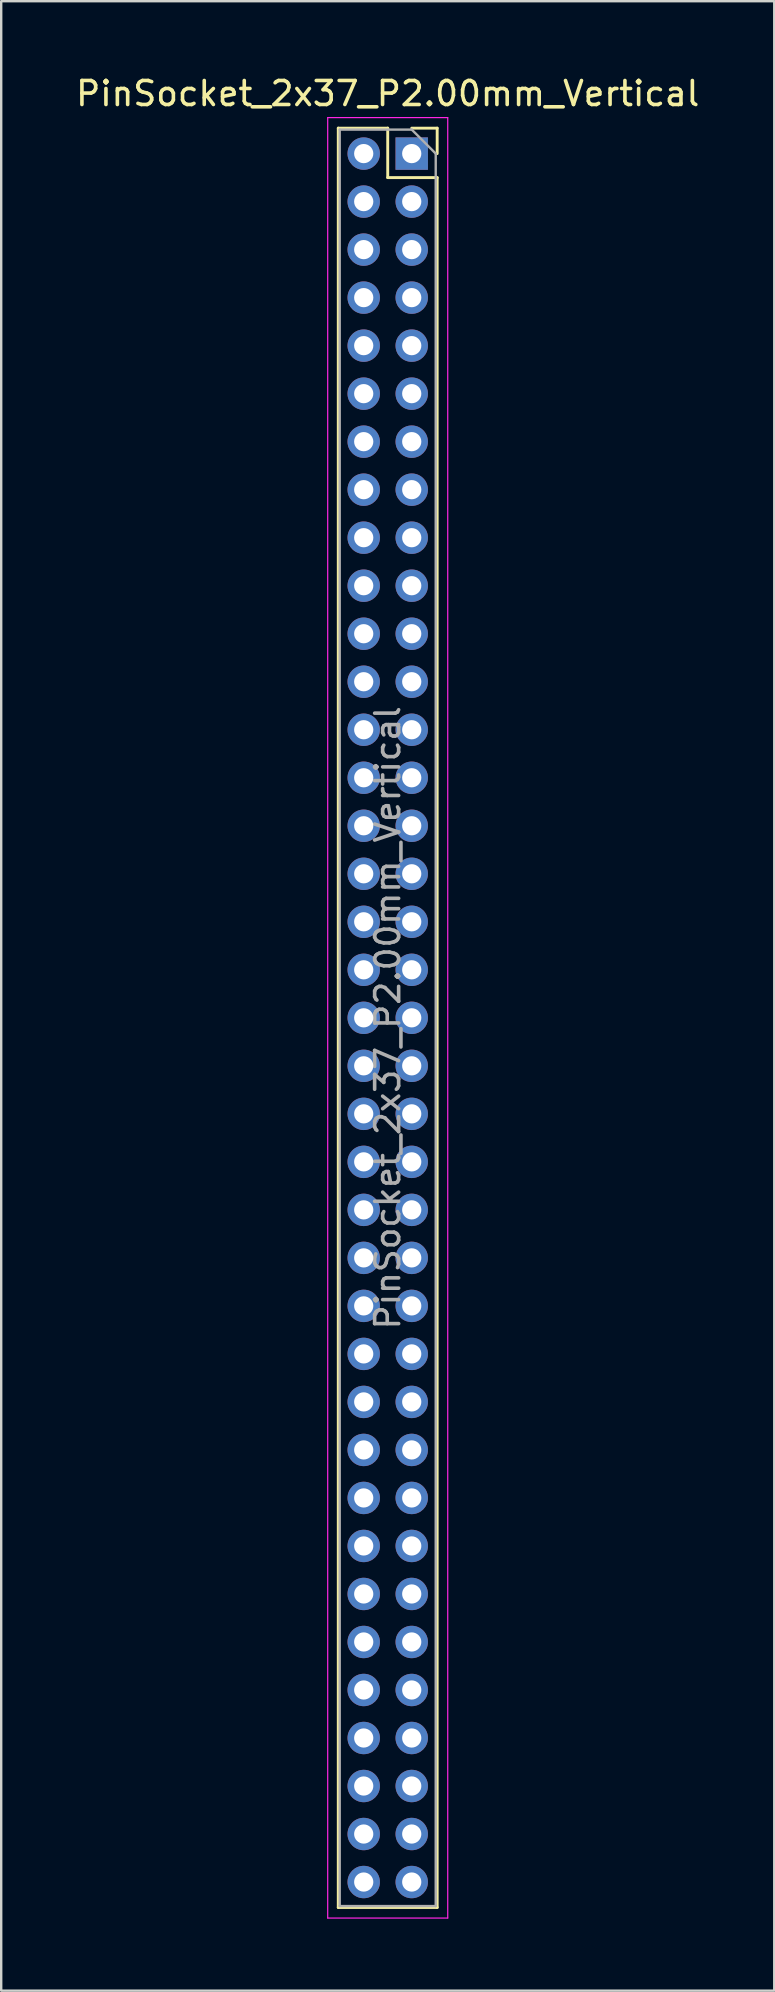
<source format=kicad_pcb>
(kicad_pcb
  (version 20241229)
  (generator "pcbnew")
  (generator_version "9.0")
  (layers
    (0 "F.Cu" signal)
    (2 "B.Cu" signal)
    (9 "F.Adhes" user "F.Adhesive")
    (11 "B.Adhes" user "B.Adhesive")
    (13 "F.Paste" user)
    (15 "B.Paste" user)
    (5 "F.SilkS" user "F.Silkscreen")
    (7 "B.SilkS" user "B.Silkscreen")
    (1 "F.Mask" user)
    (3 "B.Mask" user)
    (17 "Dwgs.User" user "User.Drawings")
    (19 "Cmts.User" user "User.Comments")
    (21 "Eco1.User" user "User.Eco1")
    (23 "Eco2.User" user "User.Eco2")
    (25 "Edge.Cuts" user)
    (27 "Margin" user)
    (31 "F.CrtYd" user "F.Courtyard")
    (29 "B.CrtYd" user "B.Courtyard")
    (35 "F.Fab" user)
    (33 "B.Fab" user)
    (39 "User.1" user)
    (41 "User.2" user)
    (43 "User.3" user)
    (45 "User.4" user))
  (footprint "PinSocket_2x37_P2.00mm_Vertical"
    (layer "F.Cu")
    (at 14.101 3.348)
    (property "Reference" "PinSocket_2x37_P2.00mm_Vertical" (at -1 -2.5 0) (layer "F.SilkS") (effects (font (size 1 1) (thickness 0.15))))
    (attr through_hole)
    (fp_line (start -3.06 -1.06) (end -3.06 73.06) (stroke (width 0.12) (type solid)) (layer "F.SilkS"))
    (fp_line (start -3.06 -1.06) (end -1 -1.06) (stroke (width 0.12) (type solid)) (layer "F.SilkS"))
    (fp_line (start -3.06 73.06) (end 1.06 73.06) (stroke (width 0.12) (type solid)) (layer "F.SilkS"))
    (fp_line (start -1 -1.06) (end -1 1) (stroke (width 0.12) (type solid)) (layer "F.SilkS"))
    (fp_line (start -1 1) (end 1.06 1) (stroke (width 0.12) (type solid)) (layer "F.SilkS"))
    (fp_line (start 0 -1.06) (end 1.06 -1.06) (stroke (width 0.12) (type solid)) (layer "F.SilkS"))
    (fp_line (start 1.06 -1.06) (end 1.06 0) (stroke (width 0.12) (type solid)) (layer "F.SilkS"))
    (fp_line (start 1.06 1) (end 1.06 73.06) (stroke (width 0.12) (type solid)) (layer "F.SilkS"))
    (fp_line (start -3.5 -1.5) (end 1.5 -1.5) (stroke (width 0.05) (type solid)) (layer "F.CrtYd"))
    (fp_line (start -3.5 73.5) (end -3.5 -1.5) (stroke (width 0.05) (type solid)) (layer "F.CrtYd"))
    (fp_line (start 1.5 -1.5) (end 1.5 73.5) (stroke (width 0.05) (type solid)) (layer "F.CrtYd"))
    (fp_line (start 1.5 73.5) (end -3.5 73.5) (stroke (width 0.05) (type solid)) (layer "F.CrtYd"))
    (fp_line (start -3 -1) (end 0 -1) (stroke (width 0.1) (type solid)) (layer "F.Fab"))
    (fp_line (start -3 73) (end -3 -1) (stroke (width 0.1) (type solid)) (layer "F.Fab"))
    (fp_line (start 0 -1) (end 1 0) (stroke (width 0.1) (type solid)) (layer "F.Fab"))
    (fp_line (start 1 0) (end 1 73) (stroke (width 0.1) (type solid)) (layer "F.Fab"))
    (fp_line (start 1 73) (end -3 73) (stroke (width 0.1) (type solid)) (layer "F.Fab"))
    (fp_text user "${REFERENCE}" (at -1 36 90) (layer "F.Fab") (effects (font (size 1 1) (thickness 0.15))))
    (pad "1" thru_hole rect (at 0 0) (size 1.35 1.35) (drill 0.8) (layers "*.Cu" "*.Mask"))
    (pad "2" thru_hole oval (at -2 0) (size 1.35 1.35) (drill 0.8) (layers "*.Cu" "*.Mask"))
    (pad "3" thru_hole oval (at 0 2) (size 1.35 1.35) (drill 0.8) (layers "*.Cu" "*.Mask"))
    (pad "4" thru_hole oval (at -2 2) (size 1.35 1.35) (drill 0.8) (layers "*.Cu" "*.Mask"))
    (pad "5" thru_hole oval (at 0 4) (size 1.35 1.35) (drill 0.8) (layers "*.Cu" "*.Mask"))
    (pad "6" thru_hole oval (at -2 4) (size 1.35 1.35) (drill 0.8) (layers "*.Cu" "*.Mask"))
    (pad "7" thru_hole oval (at 0 6) (size 1.35 1.35) (drill 0.8) (layers "*.Cu" "*.Mask"))
    (pad "8" thru_hole oval (at -2 6) (size 1.35 1.35) (drill 0.8) (layers "*.Cu" "*.Mask"))
    (pad "9" thru_hole oval (at 0 8) (size 1.35 1.35) (drill 0.8) (layers "*.Cu" "*.Mask"))
    (pad "10" thru_hole oval (at -2 8) (size 1.35 1.35) (drill 0.8) (layers "*.Cu" "*.Mask"))
    (pad "11" thru_hole oval (at 0 10) (size 1.35 1.35) (drill 0.8) (layers "*.Cu" "*.Mask"))
    (pad "12" thru_hole oval (at -2 10) (size 1.35 1.35) (drill 0.8) (layers "*.Cu" "*.Mask"))
    (pad "13" thru_hole oval (at 0 12) (size 1.35 1.35) (drill 0.8) (layers "*.Cu" "*.Mask"))
    (pad "14" thru_hole oval (at -2 12) (size 1.35 1.35) (drill 0.8) (layers "*.Cu" "*.Mask"))
    (pad "15" thru_hole oval (at 0 14) (size 1.35 1.35) (drill 0.8) (layers "*.Cu" "*.Mask"))
    (pad "16" thru_hole oval (at -2 14) (size 1.35 1.35) (drill 0.8) (layers "*.Cu" "*.Mask"))
    (pad "17" thru_hole oval (at 0 16) (size 1.35 1.35) (drill 0.8) (layers "*.Cu" "*.Mask"))
    (pad "18" thru_hole oval (at -2 16) (size 1.35 1.35) (drill 0.8) (layers "*.Cu" "*.Mask"))
    (pad "19" thru_hole oval (at 0 18) (size 1.35 1.35) (drill 0.8) (layers "*.Cu" "*.Mask"))
    (pad "20" thru_hole oval (at -2 18) (size 1.35 1.35) (drill 0.8) (layers "*.Cu" "*.Mask"))
    (pad "21" thru_hole oval (at 0 20) (size 1.35 1.35) (drill 0.8) (layers "*.Cu" "*.Mask"))
    (pad "22" thru_hole oval (at -2 20) (size 1.35 1.35) (drill 0.8) (layers "*.Cu" "*.Mask"))
    (pad "23" thru_hole oval (at 0 22) (size 1.35 1.35) (drill 0.8) (layers "*.Cu" "*.Mask"))
    (pad "24" thru_hole oval (at -2 22) (size 1.35 1.35) (drill 0.8) (layers "*.Cu" "*.Mask"))
    (pad "25" thru_hole oval (at 0 24) (size 1.35 1.35) (drill 0.8) (layers "*.Cu" "*.Mask"))
    (pad "26" thru_hole oval (at -2 24) (size 1.35 1.35) (drill 0.8) (layers "*.Cu" "*.Mask"))
    (pad "27" thru_hole oval (at 0 26) (size 1.35 1.35) (drill 0.8) (layers "*.Cu" "*.Mask"))
    (pad "28" thru_hole oval (at -2 26) (size 1.35 1.35) (drill 0.8) (layers "*.Cu" "*.Mask"))
    (pad "29" thru_hole oval (at 0 28) (size 1.35 1.35) (drill 0.8) (layers "*.Cu" "*.Mask"))
    (pad "30" thru_hole oval (at -2 28) (size 1.35 1.35) (drill 0.8) (layers "*.Cu" "*.Mask"))
    (pad "31" thru_hole oval (at 0 30) (size 1.35 1.35) (drill 0.8) (layers "*.Cu" "*.Mask"))
    (pad "32" thru_hole oval (at -2 30) (size 1.35 1.35) (drill 0.8) (layers "*.Cu" "*.Mask"))
    (pad "33" thru_hole oval (at 0 32) (size 1.35 1.35) (drill 0.8) (layers "*.Cu" "*.Mask"))
    (pad "34" thru_hole oval (at -2 32) (size 1.35 1.35) (drill 0.8) (layers "*.Cu" "*.Mask"))
    (pad "35" thru_hole oval (at 0 34) (size 1.35 1.35) (drill 0.8) (layers "*.Cu" "*.Mask"))
    (pad "36" thru_hole oval (at -2 34) (size 1.35 1.35) (drill 0.8) (layers "*.Cu" "*.Mask"))
    (pad "37" thru_hole oval (at 0 36) (size 1.35 1.35) (drill 0.8) (layers "*.Cu" "*.Mask"))
    (pad "38" thru_hole oval (at -2 36) (size 1.35 1.35) (drill 0.8) (layers "*.Cu" "*.Mask"))
    (pad "39" thru_hole oval (at 0 38) (size 1.35 1.35) (drill 0.8) (layers "*.Cu" "*.Mask"))
    (pad "40" thru_hole oval (at -2 38) (size 1.35 1.35) (drill 0.8) (layers "*.Cu" "*.Mask"))
    (pad "41" thru_hole oval (at 0 40) (size 1.35 1.35) (drill 0.8) (layers "*.Cu" "*.Mask"))
    (pad "42" thru_hole oval (at -2 40) (size 1.35 1.35) (drill 0.8) (layers "*.Cu" "*.Mask"))
    (pad "43" thru_hole oval (at 0 42) (size 1.35 1.35) (drill 0.8) (layers "*.Cu" "*.Mask"))
    (pad "44" thru_hole oval (at -2 42) (size 1.35 1.35) (drill 0.8) (layers "*.Cu" "*.Mask"))
    (pad "45" thru_hole oval (at 0 44) (size 1.35 1.35) (drill 0.8) (layers "*.Cu" "*.Mask"))
    (pad "46" thru_hole oval (at -2 44) (size 1.35 1.35) (drill 0.8) (layers "*.Cu" "*.Mask"))
    (pad "47" thru_hole oval (at 0 46) (size 1.35 1.35) (drill 0.8) (layers "*.Cu" "*.Mask"))
    (pad "48" thru_hole oval (at -2 46) (size 1.35 1.35) (drill 0.8) (layers "*.Cu" "*.Mask"))
    (pad "49" thru_hole oval (at 0 48) (size 1.35 1.35) (drill 0.8) (layers "*.Cu" "*.Mask"))
    (pad "50" thru_hole oval (at -2 48) (size 1.35 1.35) (drill 0.8) (layers "*.Cu" "*.Mask"))
    (pad "51" thru_hole oval (at 0 50) (size 1.35 1.35) (drill 0.8) (layers "*.Cu" "*.Mask"))
    (pad "52" thru_hole oval (at -2 50) (size 1.35 1.35) (drill 0.8) (layers "*.Cu" "*.Mask"))
    (pad "53" thru_hole oval (at 0 52) (size 1.35 1.35) (drill 0.8) (layers "*.Cu" "*.Mask"))
    (pad "54" thru_hole oval (at -2 52) (size 1.35 1.35) (drill 0.8) (layers "*.Cu" "*.Mask"))
    (pad "55" thru_hole oval (at 0 54) (size 1.35 1.35) (drill 0.8) (layers "*.Cu" "*.Mask"))
    (pad "56" thru_hole oval (at -2 54) (size 1.35 1.35) (drill 0.8) (layers "*.Cu" "*.Mask"))
    (pad "57" thru_hole oval (at 0 56) (size 1.35 1.35) (drill 0.8) (layers "*.Cu" "*.Mask"))
    (pad "58" thru_hole oval (at -2 56) (size 1.35 1.35) (drill 0.8) (layers "*.Cu" "*.Mask"))
    (pad "59" thru_hole oval (at 0 58) (size 1.35 1.35) (drill 0.8) (layers "*.Cu" "*.Mask"))
    (pad "60" thru_hole oval (at -2 58) (size 1.35 1.35) (drill 0.8) (layers "*.Cu" "*.Mask"))
    (pad "61" thru_hole oval (at 0 60) (size 1.35 1.35) (drill 0.8) (layers "*.Cu" "*.Mask"))
    (pad "62" thru_hole oval (at -2 60) (size 1.35 1.35) (drill 0.8) (layers "*.Cu" "*.Mask"))
    (pad "63" thru_hole oval (at 0 62) (size 1.35 1.35) (drill 0.8) (layers "*.Cu" "*.Mask"))
    (pad "64" thru_hole oval (at -2 62) (size 1.35 1.35) (drill 0.8) (layers "*.Cu" "*.Mask"))
    (pad "65" thru_hole oval (at 0 64) (size 1.35 1.35) (drill 0.8) (layers "*.Cu" "*.Mask"))
    (pad "66" thru_hole oval (at -2 64) (size 1.35 1.35) (drill 0.8) (layers "*.Cu" "*.Mask"))
    (pad "67" thru_hole oval (at 0 66) (size 1.35 1.35) (drill 0.8) (layers "*.Cu" "*.Mask"))
    (pad "68" thru_hole oval (at -2 66) (size 1.35 1.35) (drill 0.8) (layers "*.Cu" "*.Mask"))
    (pad "69" thru_hole oval (at 0 68) (size 1.35 1.35) (drill 0.8) (layers "*.Cu" "*.Mask"))
    (pad "70" thru_hole oval (at -2 68) (size 1.35 1.35) (drill 0.8) (layers "*.Cu" "*.Mask"))
    (pad "71" thru_hole oval (at 0 70) (size 1.35 1.35) (drill 0.8) (layers "*.Cu" "*.Mask"))
    (pad "72" thru_hole oval (at -2 70) (size 1.35 1.35) (drill 0.8) (layers "*.Cu" "*.Mask"))
    (pad "73" thru_hole oval (at 0 72) (size 1.35 1.35) (drill 0.8) (layers "*.Cu" "*.Mask"))
    (pad "74" thru_hole oval (at -2 72) (size 1.35 1.35) (drill 0.8) (layers "*.Cu" "*.Mask")))
  (gr_rect
    (start -3 -3)
    (end 29.202 79.873)
    (stroke (width 0.1) (type default))
    (fill no)
    (layer "Edge.Cuts")))
</source>
